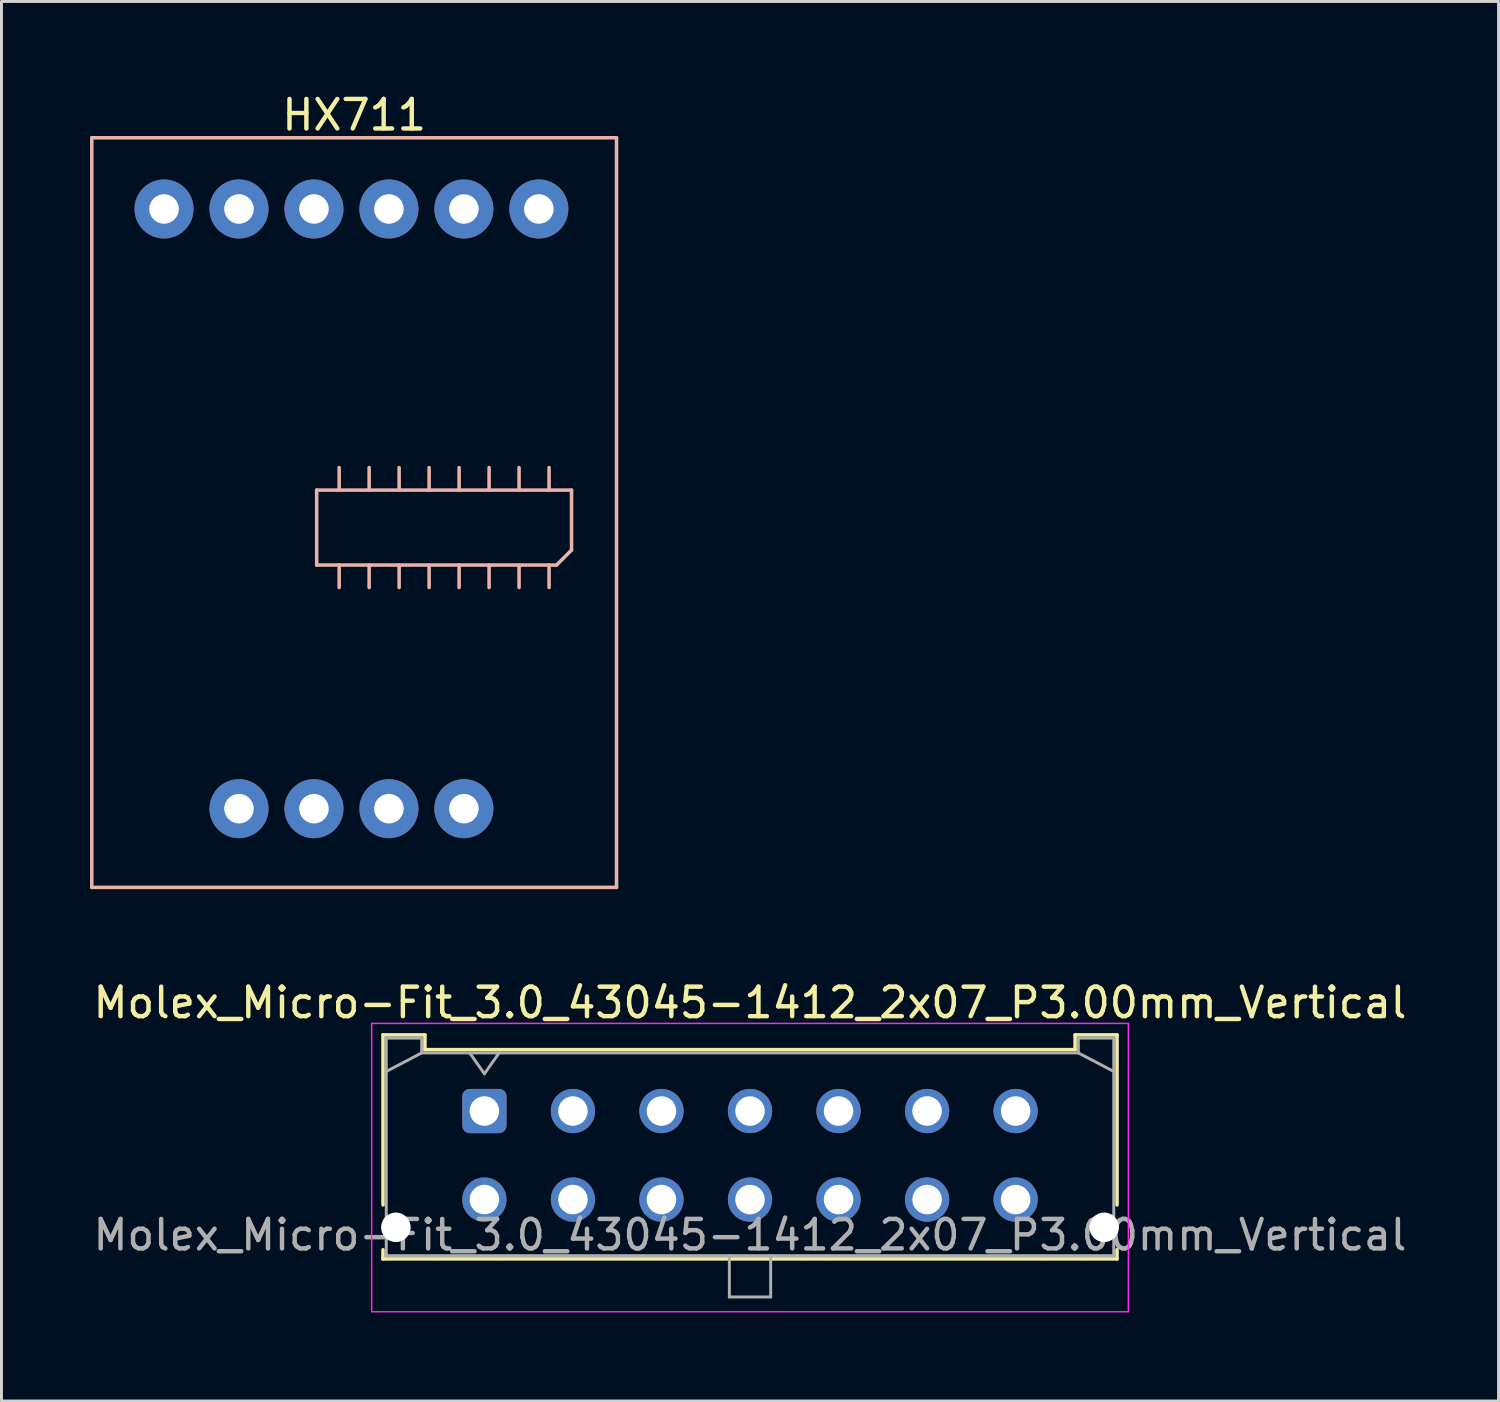
<source format=kicad_pcb>
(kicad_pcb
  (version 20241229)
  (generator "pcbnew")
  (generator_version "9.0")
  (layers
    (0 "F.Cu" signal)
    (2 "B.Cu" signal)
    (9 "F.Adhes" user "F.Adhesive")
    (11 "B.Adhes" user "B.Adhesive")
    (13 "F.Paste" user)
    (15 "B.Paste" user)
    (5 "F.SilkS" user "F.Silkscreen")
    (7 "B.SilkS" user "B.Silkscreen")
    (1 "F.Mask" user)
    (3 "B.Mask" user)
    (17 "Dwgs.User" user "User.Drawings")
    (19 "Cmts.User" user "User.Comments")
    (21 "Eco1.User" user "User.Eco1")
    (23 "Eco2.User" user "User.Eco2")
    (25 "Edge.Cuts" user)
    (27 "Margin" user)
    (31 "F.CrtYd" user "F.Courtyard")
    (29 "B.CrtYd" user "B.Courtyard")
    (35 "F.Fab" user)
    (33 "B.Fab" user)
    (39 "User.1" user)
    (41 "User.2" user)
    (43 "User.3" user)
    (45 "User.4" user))
  (footprint "Molex_Micro-Fit_3.0_43045-1412_2x07_P3.00mm_Vertical"
    (layer "F.Cu")
    (at 13.363 34.596)
    (property "Reference" "Molex_Micro-Fit_3.0_43045-1412_2x07_P3.00mm_Vertical" (at 9 -3.67 0) (layer "F.SilkS") (effects (font (size 1 1) (thickness 0.15))))
    (attr through_hole)
    (fp_line (start -3.435 -2.58) (end -2.015 -2.58) (stroke (width 0.12) (type solid)) (layer "F.SilkS"))
    (fp_line (start -3.435 3.18) (end -3.435 -2.58) (stroke (width 0.12) (type solid)) (layer "F.SilkS"))
    (fp_line (start -3.435 4.7) (end -3.435 5.01) (stroke (width 0.12) (type solid)) (layer "F.SilkS"))
    (fp_line (start -3.435 5.01) (end 21.435 5.01) (stroke (width 0.12) (type solid)) (layer "F.SilkS"))
    (fp_line (start -2.015 -2.58) (end -2.015 -2.08) (stroke (width 0.12) (type solid)) (layer "F.SilkS"))
    (fp_line (start -2.015 -2.08) (end 20.015 -2.08) (stroke (width 0.12) (type solid)) (layer "F.SilkS"))
    (fp_line (start 20.015 -2.58) (end 21.435 -2.58) (stroke (width 0.12) (type solid)) (layer "F.SilkS"))
    (fp_line (start 20.015 -2.08) (end 20.015 -2.58) (stroke (width 0.12) (type solid)) (layer "F.SilkS"))
    (fp_line (start 21.435 -2.58) (end 21.435 3.18) (stroke (width 0.12) (type solid)) (layer "F.SilkS"))
    (fp_line (start 21.435 5.01) (end 21.435 4.7) (stroke (width 0.12) (type solid)) (layer "F.SilkS"))
    (fp_line (start -3.82 -2.97) (end 21.82 -2.97) (stroke (width 0.05) (type solid)) (layer "F.CrtYd"))
    (fp_line (start -3.82 6.8) (end -3.82 -2.97) (stroke (width 0.05) (type solid)) (layer "F.CrtYd"))
    (fp_line (start 21.82 -2.97) (end 21.82 6.8) (stroke (width 0.05) (type solid)) (layer "F.CrtYd"))
    (fp_line (start 21.82 6.8) (end -3.82 6.8) (stroke (width 0.05) (type solid)) (layer "F.CrtYd"))
    (fp_line (start -3.325 -2.47) (end -3.325 4.9) (stroke (width 0.1) (type solid)) (layer "F.Fab"))
    (fp_line (start -3.325 -1.34) (end -2.125 -1.97) (stroke (width 0.1) (type solid)) (layer "F.Fab"))
    (fp_line (start -3.325 4.9) (end 21.325 4.9) (stroke (width 0.1) (type solid)) (layer "F.Fab"))
    (fp_line (start -2.125 -2.47) (end -3.325 -2.47) (stroke (width 0.1) (type solid)) (layer "F.Fab"))
    (fp_line (start -2.125 -1.97) (end -2.125 -2.47) (stroke (width 0.1) (type solid)) (layer "F.Fab"))
    (fp_line (start -0.5 -1.97) (end 0 -1.263) (stroke (width 0.1) (type solid)) (layer "F.Fab"))
    (fp_line (start 0 -1.263) (end 0.5 -1.97) (stroke (width 0.1) (type solid)) (layer "F.Fab"))
    (fp_line (start 8.3 4.9) (end 8.3 6.3) (stroke (width 0.1) (type solid)) (layer "F.Fab"))
    (fp_line (start 8.3 6.3) (end 9.7 6.3) (stroke (width 0.1) (type solid)) (layer "F.Fab"))
    (fp_line (start 9.7 6.3) (end 9.7 4.9) (stroke (width 0.1) (type solid)) (layer "F.Fab"))
    (fp_line (start 20.125 -2.47) (end 20.125 -1.97) (stroke (width 0.1) (type solid)) (layer "F.Fab"))
    (fp_line (start 20.125 -1.97) (end -2.125 -1.97) (stroke (width 0.1) (type solid)) (layer "F.Fab"))
    (fp_line (start 21.325 -2.47) (end 20.125 -2.47) (stroke (width 0.1) (type solid)) (layer "F.Fab"))
    (fp_line (start 21.325 -1.34) (end 20.125 -1.97) (stroke (width 0.1) (type solid)) (layer "F.Fab"))
    (fp_line (start 21.325 4.9) (end 21.325 -2.47) (stroke (width 0.1) (type solid)) (layer "F.Fab"))
    (fp_text user "${REFERENCE}" (at 9 4.2 0) (layer "F.Fab") (effects (font (size 1 1) (thickness 0.15))))
    (pad "" np_thru_hole circle (at -3 3.94) (size 1 1) (drill 1) (layers "*.Cu" "*.Mask"))
    (pad "" np_thru_hole circle (at 21 3.94) (size 1 1) (drill 1) (layers "*.Cu" "*.Mask"))
    (pad "1" thru_hole roundrect (at 0 0) (size 1.5 1.5) (drill 1) (layers "*.Cu" "*.Mask") (roundrect_rratio 0.167))
    (pad "2" thru_hole circle (at 3 0) (size 1.5 1.5) (drill 1) (layers "*.Cu" "*.Mask"))
    (pad "3" thru_hole circle (at 6 0) (size 1.5 1.5) (drill 1) (layers "*.Cu" "*.Mask"))
    (pad "4" thru_hole circle (at 9 0) (size 1.5 1.5) (drill 1) (layers "*.Cu" "*.Mask"))
    (pad "5" thru_hole circle (at 12 0) (size 1.5 1.5) (drill 1) (layers "*.Cu" "*.Mask"))
    (pad "6" thru_hole circle (at 15 0) (size 1.5 1.5) (drill 1) (layers "*.Cu" "*.Mask"))
    (pad "7" thru_hole circle (at 18 0) (size 1.5 1.5) (drill 1) (layers "*.Cu" "*.Mask"))
    (pad "8" thru_hole circle (at 18 3) (size 1.5 1.5) (drill 1) (layers "*.Cu" "*.Mask"))
    (pad "9" thru_hole circle (at 15 3) (size 1.5 1.5) (drill 1) (layers "*.Cu" "*.Mask"))
    (pad "10" thru_hole circle (at 12 3) (size 1.5 1.5) (drill 1) (layers "*.Cu" "*.Mask"))
    (pad "11" thru_hole circle (at 9 3) (size 1.5 1.5) (drill 1) (layers "*.Cu" "*.Mask"))
    (pad "12" thru_hole circle (at 6 3) (size 1.5 1.5) (drill 1) (layers "*.Cu" "*.Mask"))
    (pad "13" thru_hole circle (at 3 3) (size 1.5 1.5) (drill 1) (layers "*.Cu" "*.Mask"))
    (pad "14" thru_hole circle (at 0 3) (size 1.5 1.5) (drill 1) (layers "*.Cu" "*.Mask")))
  (footprint "HX711"
    (layer "F.Cu")
    (at 8.95 0.348)
    (property "Reference" "HX711" (at 0 0.5 0) (layer "F.SilkS") (effects (font (size 1 1) (thickness 0.15))))
    (attr through_hole)
    (fp_line (start -8.89 1.27) (end 8.89 1.27) (stroke (width 0.12) (type solid)) (layer "B.SilkS"))
    (fp_line (start -8.89 26.67) (end -8.89 1.27) (stroke (width 0.12) (type solid)) (layer "B.SilkS"))
    (fp_line (start -1.27 13.208) (end 7.366 13.208) (stroke (width 0.12) (type solid)) (layer "B.SilkS"))
    (fp_line (start -1.27 15.748) (end -1.27 13.208) (stroke (width 0.12) (type solid)) (layer "B.SilkS"))
    (fp_line (start -0.508 13.208) (end -0.508 12.446) (stroke (width 0.12) (type solid)) (layer "B.SilkS"))
    (fp_line (start -0.508 16.51) (end -0.508 15.748) (stroke (width 0.12) (type solid)) (layer "B.SilkS"))
    (fp_line (start 0.508 13.208) (end 0.508 12.446) (stroke (width 0.12) (type solid)) (layer "B.SilkS"))
    (fp_line (start 0.508 16.51) (end 0.508 15.748) (stroke (width 0.12) (type solid)) (layer "B.SilkS"))
    (fp_line (start 1.524 13.208) (end 1.524 12.446) (stroke (width 0.12) (type solid)) (layer "B.SilkS"))
    (fp_line (start 1.524 16.51) (end 1.524 15.748) (stroke (width 0.12) (type solid)) (layer "B.SilkS"))
    (fp_line (start 2.54 13.208) (end 2.54 12.446) (stroke (width 0.12) (type solid)) (layer "B.SilkS"))
    (fp_line (start 2.54 16.51) (end 2.54 15.748) (stroke (width 0.12) (type solid)) (layer "B.SilkS"))
    (fp_line (start 3.556 13.208) (end 3.556 12.446) (stroke (width 0.12) (type solid)) (layer "B.SilkS"))
    (fp_line (start 3.556 16.51) (end 3.556 15.748) (stroke (width 0.12) (type solid)) (layer "B.SilkS"))
    (fp_line (start 4.572 13.208) (end 4.572 12.446) (stroke (width 0.12) (type solid)) (layer "B.SilkS"))
    (fp_line (start 4.572 16.51) (end 4.572 15.748) (stroke (width 0.12) (type solid)) (layer "B.SilkS"))
    (fp_line (start 5.588 13.208) (end 5.588 12.446) (stroke (width 0.12) (type solid)) (layer "B.SilkS"))
    (fp_line (start 5.588 16.51) (end 5.588 15.748) (stroke (width 0.12) (type solid)) (layer "B.SilkS"))
    (fp_line (start 6.604 13.208) (end 6.604 12.446) (stroke (width 0.12) (type solid)) (layer "B.SilkS"))
    (fp_line (start 6.604 16.51) (end 6.604 15.748) (stroke (width 0.12) (type solid)) (layer "B.SilkS"))
    (fp_line (start 6.858 15.748) (end -1.27 15.748) (stroke (width 0.12) (type solid)) (layer "B.SilkS"))
    (fp_line (start 6.858 15.748) (end 7.366 15.24) (stroke (width 0.12) (type solid)) (layer "B.SilkS"))
    (fp_line (start 7.366 13.208) (end 7.366 15.24) (stroke (width 0.12) (type solid)) (layer "B.SilkS"))
    (fp_line (start 8.89 1.27) (end 8.89 26.67) (stroke (width 0.12) (type solid)) (layer "B.SilkS"))
    (fp_line (start 8.89 26.67) (end -8.89 26.67) (stroke (width 0.12) (type solid)) (layer "B.SilkS"))
    (pad "1" thru_hole circle (at 3.718 24.003 180) (size 2 2) (drill 1) (layers "*.Cu" "*.Mask"))
    (pad "2" thru_hole circle (at 1.178 24.003 180) (size 2 2) (drill 1) (layers "*.Cu" "*.Mask"))
    (pad "3" thru_hole circle (at -1.362 24.003 180) (size 2 2) (drill 1) (layers "*.Cu" "*.Mask"))
    (pad "4" thru_hole circle (at -3.902 24.003 180) (size 2 2) (drill 1) (layers "*.Cu" "*.Mask"))
    (pad "5" thru_hole circle (at 6.258 3.683 180) (size 2 2) (drill 1) (layers "*.Cu" "*.Mask"))
    (pad "6" thru_hole circle (at 3.718 3.683 180) (size 2 2) (drill 1) (layers "*.Cu" "*.Mask"))
    (pad "7" thru_hole circle (at 1.178 3.683 180) (size 2 2) (drill 1) (layers "*.Cu" "*.Mask"))
    (pad "8" thru_hole circle (at -1.362 3.683 180) (size 2 2) (drill 1) (layers "*.Cu" "*.Mask"))
    (pad "9" thru_hole circle (at -3.902 3.683 180) (size 2 2) (drill 1) (layers "*.Cu" "*.Mask"))
    (pad "10" thru_hole circle (at -6.442 3.683 180) (size 2 2) (drill 1) (layers "*.Cu" "*.Mask")))
  (gr_rect
    (start -3 -3)
    (end 47.726 44.422)
    (stroke (width 0.1) (type default))
    (fill no)
    (layer "Edge.Cuts")))
</source>
